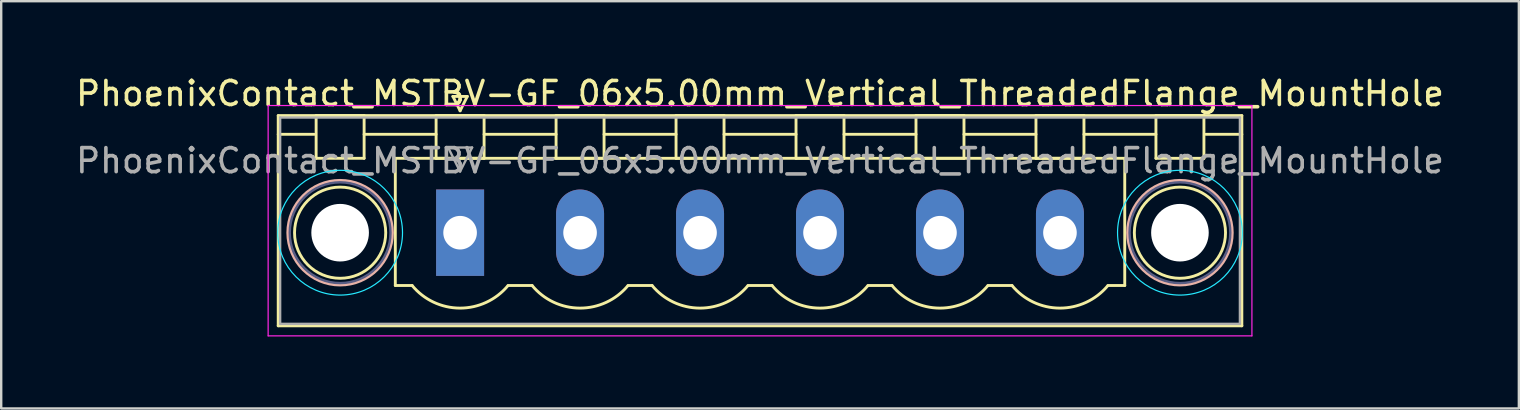
<source format=kicad_pcb>
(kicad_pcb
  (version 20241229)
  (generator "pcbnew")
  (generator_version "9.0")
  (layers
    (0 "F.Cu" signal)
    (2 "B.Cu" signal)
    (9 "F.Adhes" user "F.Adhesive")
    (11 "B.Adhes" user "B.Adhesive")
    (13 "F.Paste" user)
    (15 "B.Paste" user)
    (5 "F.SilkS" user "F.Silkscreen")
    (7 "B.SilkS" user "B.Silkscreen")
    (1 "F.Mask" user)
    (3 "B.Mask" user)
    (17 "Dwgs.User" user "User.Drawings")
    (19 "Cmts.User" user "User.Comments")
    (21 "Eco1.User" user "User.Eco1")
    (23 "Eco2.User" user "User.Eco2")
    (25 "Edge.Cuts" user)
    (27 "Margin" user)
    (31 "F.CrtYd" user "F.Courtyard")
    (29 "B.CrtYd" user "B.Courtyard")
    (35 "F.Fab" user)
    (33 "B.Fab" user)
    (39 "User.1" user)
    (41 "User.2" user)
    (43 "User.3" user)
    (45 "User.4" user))
  (footprint "PhoenixContact_MSTBV-GF_06x5.00mm_Vertical_ThreadedFlange_MountHole"
    (layer "F.Cu")
    (at 16.125 6.648)
    (property "Reference" "PhoenixContact_MSTBV-GF_06x5.00mm_Vertical_ThreadedFlange_MountHole" (at 12.5 -5.8 0) (layer "F.SilkS") (effects (font (size 1 1) (thickness 0.15))))
    (attr through_hole)
    (fp_line (start -7.58 -4.88) (end -7.58 3.88) (stroke (width 0.12) (type solid)) (layer "F.SilkS"))
    (fp_line (start -7.58 -4.1) (end -6.08 -4.1) (stroke (width 0.12) (type solid)) (layer "F.SilkS"))
    (fp_line (start -7.58 3.88) (end 32.58 3.88) (stroke (width 0.12) (type solid)) (layer "F.SilkS"))
    (fp_line (start -6 -4.88) (end -4 -4.88) (stroke (width 0.12) (type solid)) (layer "F.SilkS"))
    (fp_line (start -6 -3.1) (end -6 -4.88) (stroke (width 0.12) (type solid)) (layer "F.SilkS"))
    (fp_line (start -4 -4.88) (end -4 -3.1) (stroke (width 0.12) (type solid)) (layer "F.SilkS"))
    (fp_line (start -4 -4.1) (end -1 -4.1) (stroke (width 0.12) (type solid)) (layer "F.SilkS"))
    (fp_line (start -4 -3.1) (end -6 -3.1) (stroke (width 0.12) (type solid)) (layer "F.SilkS"))
    (fp_line (start -2.7 -3.1) (end 27.7 -3.1) (stroke (width 0.12) (type solid)) (layer "F.SilkS"))
    (fp_line (start -2.7 2.2) (end -2.7 -3.1) (stroke (width 0.12) (type solid)) (layer "F.SilkS"))
    (fp_line (start -2 2.2) (end -2.7 2.2) (stroke (width 0.12) (type solid)) (layer "F.SilkS"))
    (fp_line (start -1 -4.88) (end 1 -4.88) (stroke (width 0.12) (type solid)) (layer "F.SilkS"))
    (fp_line (start -1 -3.1) (end -1 -4.88) (stroke (width 0.12) (type solid)) (layer "F.SilkS"))
    (fp_line (start -0.3 -5.68) (end 0.3 -5.68) (stroke (width 0.12) (type solid)) (layer "F.SilkS"))
    (fp_line (start 0 -5.08) (end -0.3 -5.68) (stroke (width 0.12) (type solid)) (layer "F.SilkS"))
    (fp_line (start 0.3 -5.68) (end 0 -5.08) (stroke (width 0.12) (type solid)) (layer "F.SilkS"))
    (fp_line (start 1 -4.88) (end 1 -3.1) (stroke (width 0.12) (type solid)) (layer "F.SilkS"))
    (fp_line (start 1 -4.1) (end 4 -4.1) (stroke (width 0.12) (type solid)) (layer "F.SilkS"))
    (fp_line (start 1 -3.1) (end -1 -3.1) (stroke (width 0.12) (type solid)) (layer "F.SilkS"))
    (fp_line (start 2 2.2) (end 3 2.2) (stroke (width 0.12) (type solid)) (layer "F.SilkS"))
    (fp_line (start 4 -4.88) (end 6 -4.88) (stroke (width 0.12) (type solid)) (layer "F.SilkS"))
    (fp_line (start 4 -3.1) (end 4 -4.88) (stroke (width 0.12) (type solid)) (layer "F.SilkS"))
    (fp_line (start 6 -4.88) (end 6 -3.1) (stroke (width 0.12) (type solid)) (layer "F.SilkS"))
    (fp_line (start 6 -4.1) (end 9 -4.1) (stroke (width 0.12) (type solid)) (layer "F.SilkS"))
    (fp_line (start 6 -3.1) (end 4 -3.1) (stroke (width 0.12) (type solid)) (layer "F.SilkS"))
    (fp_line (start 7 2.2) (end 8 2.2) (stroke (width 0.12) (type solid)) (layer "F.SilkS"))
    (fp_line (start 9 -4.88) (end 11 -4.88) (stroke (width 0.12) (type solid)) (layer "F.SilkS"))
    (fp_line (start 9 -3.1) (end 9 -4.88) (stroke (width 0.12) (type solid)) (layer "F.SilkS"))
    (fp_line (start 11 -4.88) (end 11 -3.1) (stroke (width 0.12) (type solid)) (layer "F.SilkS"))
    (fp_line (start 11 -4.1) (end 14 -4.1) (stroke (width 0.12) (type solid)) (layer "F.SilkS"))
    (fp_line (start 11 -3.1) (end 9 -3.1) (stroke (width 0.12) (type solid)) (layer "F.SilkS"))
    (fp_line (start 12 2.2) (end 13 2.2) (stroke (width 0.12) (type solid)) (layer "F.SilkS"))
    (fp_line (start 14 -4.88) (end 16 -4.88) (stroke (width 0.12) (type solid)) (layer "F.SilkS"))
    (fp_line (start 14 -3.1) (end 14 -4.88) (stroke (width 0.12) (type solid)) (layer "F.SilkS"))
    (fp_line (start 16 -4.88) (end 16 -3.1) (stroke (width 0.12) (type solid)) (layer "F.SilkS"))
    (fp_line (start 16 -4.1) (end 19 -4.1) (stroke (width 0.12) (type solid)) (layer "F.SilkS"))
    (fp_line (start 16 -3.1) (end 14 -3.1) (stroke (width 0.12) (type solid)) (layer "F.SilkS"))
    (fp_line (start 17 2.2) (end 18 2.2) (stroke (width 0.12) (type solid)) (layer "F.SilkS"))
    (fp_line (start 19 -4.88) (end 21 -4.88) (stroke (width 0.12) (type solid)) (layer "F.SilkS"))
    (fp_line (start 19 -3.1) (end 19 -4.88) (stroke (width 0.12) (type solid)) (layer "F.SilkS"))
    (fp_line (start 21 -4.88) (end 21 -3.1) (stroke (width 0.12) (type solid)) (layer "F.SilkS"))
    (fp_line (start 21 -4.1) (end 24 -4.1) (stroke (width 0.12) (type solid)) (layer "F.SilkS"))
    (fp_line (start 21 -3.1) (end 19 -3.1) (stroke (width 0.12) (type solid)) (layer "F.SilkS"))
    (fp_line (start 22 2.2) (end 23 2.2) (stroke (width 0.12) (type solid)) (layer "F.SilkS"))
    (fp_line (start 24 -4.88) (end 26 -4.88) (stroke (width 0.12) (type solid)) (layer "F.SilkS"))
    (fp_line (start 24 -3.1) (end 24 -4.88) (stroke (width 0.12) (type solid)) (layer "F.SilkS"))
    (fp_line (start 26 -4.88) (end 26 -3.1) (stroke (width 0.12) (type solid)) (layer "F.SilkS"))
    (fp_line (start 26 -4.1) (end 29 -4.1) (stroke (width 0.12) (type solid)) (layer "F.SilkS"))
    (fp_line (start 26 -3.1) (end 24 -3.1) (stroke (width 0.12) (type solid)) (layer "F.SilkS"))
    (fp_line (start 27.7 -3.1) (end 27.7 2.2) (stroke (width 0.12) (type solid)) (layer "F.SilkS"))
    (fp_line (start 27.7 2.2) (end 27 2.2) (stroke (width 0.12) (type solid)) (layer "F.SilkS"))
    (fp_line (start 29 -4.88) (end 31 -4.88) (stroke (width 0.12) (type solid)) (layer "F.SilkS"))
    (fp_line (start 29 -3.1) (end 29 -4.88) (stroke (width 0.12) (type solid)) (layer "F.SilkS"))
    (fp_line (start 31 -4.88) (end 31 -3.1) (stroke (width 0.12) (type solid)) (layer "F.SilkS"))
    (fp_line (start 31 -3.1) (end 29 -3.1) (stroke (width 0.12) (type solid)) (layer "F.SilkS"))
    (fp_line (start 32.58 -4.88) (end -7.58 -4.88) (stroke (width 0.12) (type solid)) (layer "F.SilkS"))
    (fp_line (start 32.58 -4.1) (end 31.08 -4.1) (stroke (width 0.12) (type solid)) (layer "F.SilkS"))
    (fp_line (start 32.58 3.88) (end 32.58 -4.88) (stroke (width 0.12) (type solid)) (layer "F.SilkS"))
    (fp_arc (start 1.986842 2.215821) (mid -0.010289 3.142758) (end -2 2.2) (stroke (width 0.12) (type solid)) (layer "F.SilkS"))
    (fp_arc (start 6.986842 2.215821) (mid 4.989711 3.142758) (end 3 2.2) (stroke (width 0.12) (type solid)) (layer "F.SilkS"))
    (fp_arc (start 11.986842 2.215821) (mid 9.989711 3.142758) (end 8 2.2) (stroke (width 0.12) (type solid)) (layer "F.SilkS"))
    (fp_arc (start 16.986842 2.215821) (mid 14.989711 3.142758) (end 13 2.2) (stroke (width 0.12) (type solid)) (layer "F.SilkS"))
    (fp_arc (start 21.986842 2.215821) (mid 19.989711 3.142758) (end 18 2.2) (stroke (width 0.12) (type solid)) (layer "F.SilkS"))
    (fp_arc (start 26.986842 2.215821) (mid 24.989711 3.142758) (end 23 2.2) (stroke (width 0.12) (type solid)) (layer "F.SilkS"))
    (fp_circle (center -5 0) (end -3.1 0) (stroke (width 0.12) (type solid)) (fill no) (layer "F.SilkS"))
    (fp_circle (center 30 0) (end 31.9 0) (stroke (width 0.12) (type solid)) (fill no) (layer "F.SilkS"))
    (fp_circle (center -5 0) (end -2.82 0) (stroke (width 0.12) (type solid)) (fill no) (layer "B.SilkS"))
    (fp_circle (center 30 0) (end 32.18 0) (stroke (width 0.12) (type solid)) (fill no) (layer "B.SilkS"))
    (fp_circle (center -5 0) (end -2.4 0) (stroke (width 0.05) (type solid)) (fill no) (layer "B.CrtYd"))
    (fp_circle (center 30 0) (end 32.6 0) (stroke (width 0.05) (type solid)) (fill no) (layer "B.CrtYd"))
    (fp_line (start -8 -5.3) (end -8 4.3) (stroke (width 0.05) (type solid)) (layer "F.CrtYd"))
    (fp_line (start -8 4.3) (end 33 4.3) (stroke (width 0.05) (type solid)) (layer "F.CrtYd"))
    (fp_line (start 33 -5.3) (end -8 -5.3) (stroke (width 0.05) (type solid)) (layer "F.CrtYd"))
    (fp_line (start 33 4.3) (end 33 -5.3) (stroke (width 0.05) (type solid)) (layer "F.CrtYd"))
    (fp_circle (center -5 0) (end -2.9 0) (stroke (width 0.1) (type solid)) (fill no) (layer "B.Fab"))
    (fp_circle (center 30 0) (end 32.1 0) (stroke (width 0.1) (type solid)) (fill no) (layer "B.Fab"))
    (fp_line (start -7.5 -4.8) (end -7.5 3.8) (stroke (width 0.1) (type solid)) (layer "F.Fab"))
    (fp_line (start -7.5 3.8) (end 32.5 3.8) (stroke (width 0.1) (type solid)) (layer "F.Fab"))
    (fp_line (start -0.5 -3.55) (end 0.5 -3.55) (stroke (width 0.1) (type solid)) (layer "F.Fab"))
    (fp_line (start 0 -2.55) (end -0.5 -3.55) (stroke (width 0.1) (type solid)) (layer "F.Fab"))
    (fp_line (start 0.5 -3.55) (end 0 -2.55) (stroke (width 0.1) (type solid)) (layer "F.Fab"))
    (fp_line (start 32.5 -4.8) (end -7.5 -4.8) (stroke (width 0.1) (type solid)) (layer "F.Fab"))
    (fp_line (start 32.5 3.8) (end 32.5 -4.8) (stroke (width 0.1) (type solid)) (layer "F.Fab"))
    (fp_text user "${REFERENCE}" (at 12.5 -3 0) (layer "F.Fab") (effects (font (size 1 1) (thickness 0.15))))
    (pad "" np_thru_hole circle (at -5 0) (size 2.4 2.4) (drill 2.4) (layers "*.Cu" "*.Mask"))
    (pad "" np_thru_hole circle (at 30 0) (size 2.4 2.4) (drill 2.4) (layers "*.Cu" "*.Mask"))
    (pad "1" thru_hole rect (at 0 0) (size 2 3.6) (drill 1.4) (layers "*.Cu" "*.Mask"))
    (pad "2" thru_hole oval (at 5 0) (size 2 3.6) (drill 1.4) (layers "*.Cu" "*.Mask"))
    (pad "3" thru_hole oval (at 10 0) (size 2 3.6) (drill 1.4) (layers "*.Cu" "*.Mask"))
    (pad "4" thru_hole oval (at 15 0) (size 2 3.6) (drill 1.4) (layers "*.Cu" "*.Mask"))
    (pad "5" thru_hole oval (at 20 0) (size 2 3.6) (drill 1.4) (layers "*.Cu" "*.Mask"))
    (pad "6" thru_hole oval (at 25 0) (size 2 3.6) (drill 1.4) (layers "*.Cu" "*.Mask")))
  (gr_rect
    (start -3 -3)
    (end 60.25 13.973)
    (stroke (width 0.1) (type default))
    (fill no)
    (layer "Edge.Cuts")))
</source>
